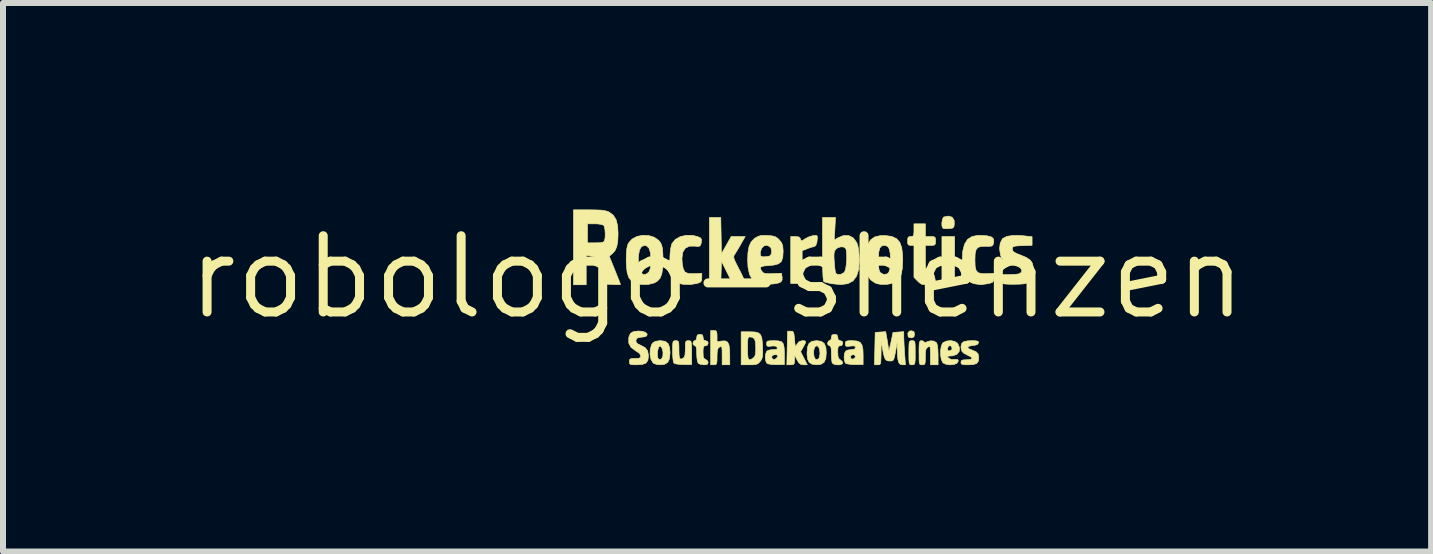
<source format=kicad_pcb>
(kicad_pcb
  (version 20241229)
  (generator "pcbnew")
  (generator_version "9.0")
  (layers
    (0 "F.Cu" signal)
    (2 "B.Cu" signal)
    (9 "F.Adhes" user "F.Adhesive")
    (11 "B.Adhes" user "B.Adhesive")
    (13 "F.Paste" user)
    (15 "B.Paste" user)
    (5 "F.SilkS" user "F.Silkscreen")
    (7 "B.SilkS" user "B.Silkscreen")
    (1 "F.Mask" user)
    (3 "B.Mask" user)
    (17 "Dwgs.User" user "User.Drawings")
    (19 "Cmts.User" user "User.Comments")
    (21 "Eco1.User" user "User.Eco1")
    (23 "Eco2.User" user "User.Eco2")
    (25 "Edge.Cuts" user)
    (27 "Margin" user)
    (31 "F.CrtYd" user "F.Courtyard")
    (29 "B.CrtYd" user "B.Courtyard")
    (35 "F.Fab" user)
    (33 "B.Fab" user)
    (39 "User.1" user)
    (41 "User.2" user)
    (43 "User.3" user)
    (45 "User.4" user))
  (footprint "robologo-shenzen"
    (layer "F.Cu")
    (at 8.897 1.568)
    (property "Reference" "robologo-shenzen" (at 0 0 0) (layer "F.SilkS") (effects (font (size 1.27 1.27) (thickness 0.15))))
    (attr through_hole)
    (fp_poly (pts (xy -4.346 0.067) (xy -4.144 0.068) (xy -4.096 0.069) (xy -3.318 0.074) (xy -3.143 0.471) (xy 1.224 0.46) (xy 5.591 0.449) (xy 5.648 0.395) (xy 5.727 0.345) (xy 5.815 0.332) (xy 5.901 0.355) (xy 5.956 0.394) (xy 5.995 0.446) (xy 6.01 0.508) (xy 6.011 0.544) (xy 5.994 0.638) (xy 5.946 0.708) (xy 5.875 0.75) (xy 5.791 0.76) (xy 5.699 0.734) (xy 5.689 0.729) (xy 5.639 0.691) (xy 5.607 0.652) (xy 5.583 0.607) (xy 1.166 0.622) (xy -3.251 0.637) (xy -3.294 0.542) (xy 5.745 0.542) (xy 5.76 0.585) (xy 5.794 0.612) (xy 5.826 0.599) (xy 5.842 0.582) (xy 5.858 0.538) (xy 5.842 0.501) (xy 5.803 0.487) (xy 5.762 0.503) (xy 5.745 0.542) (xy -3.294 0.542) (xy -3.343 0.435) (xy -3.434 0.233) (xy -4.15 0.233) (xy -4.346 0.233) (xy -4.504 0.232) (xy -4.628 0.23) (xy -4.723 0.228) (xy -4.792 0.225) (xy -4.84 0.22) (xy -4.872 0.213) (xy -4.891 0.205) (xy -4.899 0.2) (xy -4.926 0.161) (xy -4.932 0.139) (xy -4.93 0.12) (xy -4.921 0.104) (xy -4.902 0.092) (xy -4.868 0.082) (xy -4.815 0.075) (xy -4.741 0.071) (xy -4.641 0.068) (xy -4.51 0.067) (xy -4.346 0.067)) (stroke (width 0.01) (type solid)) (fill yes) (layer "F.Mask"))
    (fp_poly (pts (xy -3.15 -1.274) (xy -3.082 -1.224) (xy -3.048 -1.165) (xy -3.031 -1.076) (xy -3.047 -0.993) (xy -3.093 -0.925) (xy -3.161 -0.88) (xy -3.231 -0.868) (xy -3.264 -0.866) (xy -3.29 -0.855) (xy -3.314 -0.829) (xy -3.344 -0.781) (xy -3.384 -0.703) (xy -3.397 -0.677) (xy -3.493 -0.487) (xy -4.202 -0.487) (xy -4.396 -0.487) (xy -4.551 -0.488) (xy -4.673 -0.489) (xy -4.764 -0.491) (xy -4.831 -0.494) (xy -4.876 -0.499) (xy -4.904 -0.505) (xy -4.919 -0.513) (xy -4.925 -0.521) (xy -4.926 -0.568) (xy -4.917 -0.59) (xy -4.907 -0.6) (xy -4.887 -0.608) (xy -4.852 -0.614) (xy -4.799 -0.619) (xy -4.723 -0.623) (xy -4.619 -0.625) (xy -4.483 -0.628) (xy -4.311 -0.629) (xy -4.247 -0.63) (xy -3.598 -0.636) (xy -3.517 -0.799) (xy -3.475 -0.89) (xy -3.452 -0.953) (xy -3.447 -0.999) (xy -3.451 -1.019) (xy -3.455 -1.081) (xy -3.302 -1.081) (xy -3.288 -1.033) (xy -3.254 -1.016) (xy -3.21 -1.033) (xy -3.195 -1.049) (xy -3.179 -1.081) (xy -3.199 -1.112) (xy -3.2 -1.113) (xy -3.241 -1.133) (xy -3.28 -1.123) (xy -3.301 -1.089) (xy -3.302 -1.081) (xy -3.455 -1.081) (xy -3.457 -1.109) (xy -3.427 -1.19) (xy -3.368 -1.252) (xy -3.287 -1.287) (xy -3.242 -1.291) (xy -3.15 -1.274)) (stroke (width 0.01) (type solid)) (fill yes) (layer "F.Mask"))
    (fp_poly (pts (xy -3.41 0.751) (xy -3.352 0.88) (xy -3.307 0.975) (xy -3.273 1.039) (xy -3.247 1.079) (xy -3.226 1.097) (xy -3.213 1.101) (xy -3.173 1.115) (xy -3.123 1.15) (xy -3.11 1.163) (xy -3.068 1.215) (xy -3.05 1.272) (xy -3.048 1.319) (xy -3.053 1.386) (xy -3.075 1.432) (xy -3.113 1.469) (xy -3.197 1.516) (xy -3.286 1.525) (xy -3.369 1.494) (xy -3.409 1.462) (xy -3.457 1.389) (xy -3.472 1.31) (xy -3.319 1.31) (xy -3.304 1.341) (xy -3.302 1.344) (xy -3.261 1.37) (xy -3.222 1.361) (xy -3.201 1.321) (xy -3.2 1.32) (xy -3.21 1.278) (xy -3.243 1.258) (xy -3.285 1.268) (xy -3.299 1.279) (xy -3.319 1.31) (xy -3.472 1.31) (xy -3.473 1.303) (xy -3.456 1.221) (xy -3.44 1.192) (xy -3.429 1.172) (xy -3.425 1.147) (xy -3.432 1.112) (xy -3.45 1.06) (xy -3.482 0.983) (xy -3.53 0.874) (xy -3.534 0.865) (xy -3.66 0.582) (xy -4.269 0.572) (xy -4.427 0.568) (xy -4.571 0.564) (xy -4.696 0.559) (xy -4.797 0.555) (xy -4.868 0.55) (xy -4.903 0.545) (xy -4.905 0.544) (xy -4.929 0.507) (xy -4.925 0.458) (xy -4.906 0.428) (xy -4.886 0.42) (xy -4.84 0.414) (xy -4.765 0.409) (xy -4.658 0.406) (xy -4.517 0.403) (xy -4.338 0.402) (xy -4.223 0.402) (xy -3.565 0.402) (xy -3.41 0.751)) (stroke (width 0.01) (type solid)) (fill yes) (layer "F.Mask"))
    (fp_poly (pts (xy -2.914 -0.415) (xy -2.832 -0.38) (xy -2.777 -0.315) (xy -2.752 -0.227) (xy -2.752 -0.208) (xy -2.768 -0.111) (xy -2.817 -0.04) (xy -2.883 -0.002) (xy -2.945 0.016) (xy -2.99 0.016) (xy -3.04 0.000422) (xy -3.085 -0.029) (xy -3.127 -0.072) (xy -3.17 -0.127) (xy -4.033 -0.132) (xy -4.249 -0.134) (xy -4.426 -0.135) (xy -4.568 -0.137) (xy -4.68 -0.14) (xy -4.765 -0.143) (xy -4.827 -0.147) (xy -4.869 -0.152) (xy -4.896 -0.158) (xy -4.911 -0.165) (xy -4.917 -0.172) (xy -4.927 -0.212) (xy -3.018 -0.212) (xy -3.015 -0.185) (xy -2.986 -0.155) (xy -2.945 -0.151) (xy -2.911 -0.173) (xy -2.907 -0.182) (xy -2.91 -0.223) (xy -2.924 -0.245) (xy -2.962 -0.261) (xy -2.999 -0.246) (xy -3.018 -0.212) (xy -4.927 -0.212) (xy -4.929 -0.218) (xy -4.925 -0.241) (xy -4.919 -0.249) (xy -4.904 -0.256) (xy -4.878 -0.262) (xy -4.835 -0.266) (xy -4.773 -0.27) (xy -4.688 -0.272) (xy -4.575 -0.274) (xy -4.432 -0.275) (xy -4.254 -0.275) (xy -4.037 -0.275) (xy -4.034 -0.275) (xy -3.819 -0.275) (xy -3.642 -0.275) (xy -3.499 -0.276) (xy -3.387 -0.277) (xy -3.303 -0.279) (xy -3.241 -0.282) (xy -3.198 -0.287) (xy -3.171 -0.292) (xy -3.155 -0.299) (xy -3.147 -0.308) (xy -3.143 -0.318) (xy -3.143 -0.319) (xy -3.108 -0.366) (xy -3.045 -0.401) (xy -2.97 -0.418) (xy -2.914 -0.415)) (stroke (width 0.01) (type solid)) (fill yes) (layer "F.Mask"))
    (fp_poly (pts (xy -4.442 -1.563) (xy -4.41 -1.562) (xy -4.202 -1.556) (xy -4.159 -1.43) (xy -4.134 -1.361) (xy -4.109 -1.319) (xy -4.073 -1.29) (xy -4.013 -1.263) (xy -3.99 -1.253) (xy -3.923 -1.226) (xy -3.875 -1.205) (xy -3.855 -1.195) (xy -3.86 -1.174) (xy -3.878 -1.125) (xy -3.901 -1.071) (xy -3.955 -0.955) (xy -4.078 -0.998) (xy -4.276 -1.046) (xy -4.472 -1.055) (xy -4.664 -1.027) (xy -4.845 -0.966) (xy -5.013 -0.873) (xy -5.161 -0.751) (xy -5.287 -0.604) (xy -5.384 -0.434) (xy -5.449 -0.244) (xy -5.464 -0.163) (xy -5.475 0.036) (xy -5.447 0.231) (xy -5.384 0.417) (xy -5.29 0.588) (xy -5.168 0.741) (xy -5.021 0.869) (xy -4.852 0.968) (xy -4.666 1.033) (xy -4.641 1.038) (xy -4.5 1.054) (xy -4.343 1.05) (xy -4.188 1.029) (xy -4.076 0.998) (xy -4.011 0.976) (xy -3.965 0.961) (xy -3.948 0.958) (xy -3.897 1.071) (xy -3.865 1.148) (xy -3.853 1.188) (xy -3.854 1.194) (xy -3.877 1.206) (xy -3.928 1.228) (xy -3.99 1.253) (xy -4.06 1.284) (xy -4.103 1.311) (xy -4.128 1.347) (xy -4.149 1.401) (xy -4.175 1.474) (xy -4.202 1.521) (xy -4.24 1.549) (xy -4.298 1.562) (xy -4.384 1.566) (xy -4.433 1.566) (xy -4.54 1.563) (xy -4.614 1.555) (xy -4.652 1.541) (xy -4.652 1.541) (xy -4.675 1.504) (xy -4.678 1.488) (xy -4.685 1.453) (xy -4.704 1.397) (xy -4.711 1.377) (xy -4.745 1.315) (xy -4.792 1.28) (xy -4.823 1.268) (xy -4.887 1.244) (xy -4.966 1.211) (xy -5.01 1.19) (xy -5.12 1.137) (xy -5.23 1.195) (xy -5.308 1.229) (xy -5.369 1.242) (xy -5.386 1.24) (xy -5.423 1.219) (xy -5.476 1.176) (xy -5.536 1.119) (xy -5.594 1.057) (xy -5.641 1) (xy -5.669 0.957) (xy -5.673 0.943) (xy -5.663 0.906) (xy -5.639 0.848) (xy -5.618 0.805) (xy -5.564 0.702) (xy -5.63 0.547) (xy -5.664 0.467) (xy -5.693 0.397) (xy -5.713 0.351) (xy -5.715 0.346) (xy -5.752 0.306) (xy -5.804 0.285) (xy -5.873 0.265) (xy -5.933 0.24) (xy -5.992 0.21) (xy -5.986 -0.006) (xy -5.98 -0.222) (xy -5.855 -0.265) (xy -5.774 -0.297) (xy -5.728 -0.33) (xy -5.709 -0.36) (xy -5.689 -0.406) (xy -5.659 -0.475) (xy -5.625 -0.553) (xy -5.563 -0.693) (xy -5.62 -0.804) (xy -5.653 -0.882) (xy -5.666 -0.944) (xy -5.664 -0.962) (xy -5.643 -1) (xy -5.6 -1.053) (xy -5.542 -1.112) (xy -5.481 -1.17) (xy -5.424 -1.217) (xy -5.38 -1.245) (xy -5.367 -1.249) (xy -5.33 -1.24) (xy -5.271 -1.216) (xy -5.227 -1.195) (xy -5.122 -1.142) (xy -5.011 -1.192) (xy -4.933 -1.226) (xy -4.857 -1.256) (xy -4.823 -1.268) (xy -4.769 -1.294) (xy -4.731 -1.337) (xy -4.702 -1.408) (xy -4.687 -1.465) (xy -4.672 -1.509) (xy -4.648 -1.539) (xy -4.607 -1.556) (xy -4.541 -1.563) (xy -4.442 -1.563)) (stroke (width 0.01) (type solid)) (fill yes) (layer "F.Mask"))
    (fp_poly (pts (xy 3.958 0.106) (xy 3.747 0.106) (xy 3.747 -0.677) (xy 3.958 -0.677) (xy 3.958 0.106)) (stroke (width 0.01) (type solid)) (fill yes) (layer "F.SilkS"))
    (fp_poly (pts (xy 3.282 0.911) (xy 3.291 0.953) (xy 3.28 0.996) (xy 3.244 1.012) (xy 3.199 1.005) (xy 3.183 0.986) (xy 3.179 0.933) (xy 3.204 0.899) (xy 3.244 0.893) (xy 3.282 0.911)) (stroke (width 0.01) (type solid)) (fill yes) (layer "F.SilkS"))
    (fp_poly (pts (xy 3.917 -0.999) (xy 3.95 -0.949) (xy 3.954 -0.885) (xy 3.946 -0.84) (xy 3.925 -0.818) (xy 3.878 -0.81) (xy 3.862 -0.809) (xy 3.805 -0.808) (xy 3.767 -0.814) (xy 3.762 -0.817) (xy 3.747 -0.854) (xy 3.746 -0.908) (xy 3.755 -0.962) (xy 3.773 -0.999) (xy 3.78 -1.003) (xy 3.858 -1.018) (xy 3.917 -0.999)) (stroke (width 0.01) (type solid)) (fill yes) (layer "F.SilkS"))
    (fp_poly (pts (xy 1.668 -0.686) (xy 1.672 -0.654) (xy 1.664 -0.579) (xy 1.645 -0.527) (xy 1.617 -0.508) (xy 1.581 -0.501) (xy 1.524 -0.482) (xy 1.503 -0.474) (xy 1.418 -0.44) (xy 1.418 0.106) (xy 1.228 0.106) (xy 1.228 -0.677) (xy 1.304 -0.677) (xy 1.36 -0.671) (xy 1.386 -0.648) (xy 1.391 -0.635) (xy 1.4 -0.609) (xy 1.416 -0.606) (xy 1.45 -0.628) (xy 1.463 -0.637) (xy 1.529 -0.671) (xy 1.598 -0.692) (xy 1.647 -0.697) (xy 1.668 -0.686)) (stroke (width 0.01) (type solid)) (fill yes) (layer "F.SilkS"))
    (fp_poly (pts (xy 3.274 1.06) (xy 3.289 1.069) (xy 3.298 1.095) (xy 3.301 1.144) (xy 3.302 1.225) (xy 3.302 1.259) (xy 3.302 1.353) (xy 3.299 1.411) (xy 3.292 1.444) (xy 3.279 1.457) (xy 3.258 1.46) (xy 3.249 1.46) (xy 3.225 1.459) (xy 3.209 1.45) (xy 3.201 1.424) (xy 3.197 1.375) (xy 3.196 1.293) (xy 3.196 1.259) (xy 3.197 1.166) (xy 3.199 1.108) (xy 3.206 1.075) (xy 3.219 1.062) (xy 3.24 1.058) (xy 3.249 1.058) (xy 3.274 1.06)) (stroke (width 0.01) (type solid)) (fill yes) (layer "F.SilkS"))
    (fp_poly (pts (xy 0.074 -0.392) (xy 0.155 -0.534) (xy 0.236 -0.677) (xy 0.469 -0.677) (xy 0.4 -0.556) (xy 0.359 -0.484) (xy 0.32 -0.42) (xy 0.297 -0.384) (xy 0.282 -0.36) (xy 0.278 -0.336) (xy 0.285 -0.302) (xy 0.307 -0.251) (xy 0.346 -0.174) (xy 0.363 -0.141) (xy 0.406 -0.057) (xy 0.439 0.014) (xy 0.46 0.063) (xy 0.465 0.079) (xy 0.445 0.098) (xy 0.384 0.106) (xy 0.362 0.106) (xy 0.259 0.106) (xy 0.074 -0.265) (xy 0.062 0.106) (xy -0.127 0.106) (xy -0.127 -0.995) (xy 0.062 -0.995) (xy 0.074 -0.392)) (stroke (width 0.01) (type solid)) (fill yes) (layer "F.SilkS"))
    (fp_poly (pts (xy -0.02 0.893) (xy -0.005 0.913) (xy -0.000171 0.959) (xy 0 0.983) (xy 0 1.077) (xy 0.077 1.064) (xy 0.135 1.062) (xy 0.174 1.081) (xy 0.198 1.126) (xy 0.209 1.202) (xy 0.212 1.295) (xy 0.212 1.46) (xy 0.085 1.46) (xy 0.085 1.301) (xy 0.084 1.221) (xy 0.081 1.175) (xy 0.072 1.156) (xy 0.056 1.158) (xy 0.042 1.164) (xy 0.019 1.183) (xy 0.006 1.217) (xy 0.001 1.275) (xy 0 1.324) (xy -0.001 1.397) (xy -0.006 1.438) (xy -0.02 1.456) (xy -0.045 1.46) (xy -0.053 1.46) (xy -0.106 1.46) (xy -0.106 0.889) (xy -0.053 0.889) (xy -0.02 0.893)) (stroke (width 0.01) (type solid)) (fill yes) (layer "F.SilkS"))
    (fp_poly (pts (xy 1.256 0.903) (xy 1.273 0.918) (xy 1.283 0.955) (xy 1.29 1.023) (xy 1.292 1.037) (xy 1.298 1.11) (xy 1.304 1.146) (xy 1.312 1.15) (xy 1.326 1.128) (xy 1.332 1.117) (xy 1.369 1.071) (xy 1.422 1.058) (xy 1.462 1.061) (xy 1.478 1.073) (xy 1.469 1.104) (xy 1.437 1.163) (xy 1.393 1.242) (xy 1.448 1.351) (xy 1.504 1.46) (xy 1.44 1.46) (xy 1.394 1.453) (xy 1.36 1.423) (xy 1.335 1.381) (xy 1.293 1.302) (xy 1.292 1.381) (xy 1.288 1.433) (xy 1.272 1.455) (xy 1.234 1.46) (xy 1.227 1.46) (xy 1.163 1.46) (xy 1.169 1.18) (xy 1.175 0.9) (xy 1.228 0.9) (xy 1.256 0.903)) (stroke (width 0.01) (type solid)) (fill yes) (layer "F.SilkS"))
    (fp_poly (pts (xy 1.739 1.07) (xy 1.788 1.107) (xy 1.814 1.174) (xy 1.82 1.259) (xy 1.812 1.357) (xy 1.783 1.419) (xy 1.73 1.452) (xy 1.664 1.46) (xy 1.583 1.45) (xy 1.536 1.42) (xy 1.511 1.371) (xy 1.5 1.292) (xy 1.5 1.259) (xy 1.609 1.259) (xy 1.617 1.328) (xy 1.641 1.369) (xy 1.662 1.376) (xy 1.692 1.359) (xy 1.702 1.342) (xy 1.715 1.28) (xy 1.711 1.217) (xy 1.695 1.167) (xy 1.667 1.143) (xy 1.662 1.143) (xy 1.63 1.162) (xy 1.612 1.215) (xy 1.609 1.259) (xy 1.5 1.259) (xy 1.508 1.163) (xy 1.534 1.102) (xy 1.584 1.068) (xy 1.661 1.058) (xy 1.664 1.058) (xy 1.739 1.07)) (stroke (width 0.01) (type solid)) (fill yes) (layer "F.SilkS"))
    (fp_poly (pts (xy -0.865 1.069) (xy -0.816 1.106) (xy -0.79 1.172) (xy -0.783 1.259) (xy -0.792 1.356) (xy -0.821 1.419) (xy -0.873 1.452) (xy -0.942 1.46) (xy -1.011 1.453) (xy -1.06 1.434) (xy -1.066 1.429) (xy -1.101 1.368) (xy -1.116 1.287) (xy -1.116 1.283) (xy -0.994 1.283) (xy -0.99 1.335) (xy -0.986 1.346) (xy -0.962 1.374) (xy -0.932 1.368) (xy -0.908 1.331) (xy -0.903 1.312) (xy -0.9 1.253) (xy -0.911 1.197) (xy -0.932 1.158) (xy -0.958 1.148) (xy -0.976 1.173) (xy -0.988 1.223) (xy -0.994 1.283) (xy -1.116 1.283) (xy -1.113 1.2) (xy -1.09 1.124) (xy -1.067 1.091) (xy -1.022 1.068) (xy -0.952 1.058) (xy -0.942 1.058) (xy -0.865 1.069)) (stroke (width 0.01) (type solid)) (fill yes) (layer "F.SilkS"))
    (fp_poly (pts (xy -0.452 1.06) (xy -0.436 1.069) (xy -0.428 1.095) (xy -0.424 1.145) (xy -0.423 1.227) (xy -0.423 1.257) (xy -0.423 1.456) (xy -0.558 1.457) (xy -0.632 1.453) (xy -0.69 1.444) (xy -0.717 1.434) (xy -0.729 1.401) (xy -0.737 1.336) (xy -0.741 1.249) (xy -0.741 1.234) (xy -0.74 1.148) (xy -0.737 1.096) (xy -0.729 1.069) (xy -0.712 1.06) (xy -0.688 1.058) (xy -0.66 1.061) (xy -0.644 1.074) (xy -0.637 1.107) (xy -0.635 1.169) (xy -0.635 1.203) (xy -0.633 1.291) (xy -0.626 1.342) (xy -0.611 1.364) (xy -0.585 1.361) (xy -0.569 1.353) (xy -0.546 1.333) (xy -0.534 1.297) (xy -0.53 1.234) (xy -0.529 1.195) (xy -0.528 1.121) (xy -0.523 1.08) (xy -0.51 1.063) (xy -0.484 1.058) (xy -0.476 1.058) (xy -0.452 1.06)) (stroke (width 0.01) (type solid)) (fill yes) (layer "F.SilkS"))
    (fp_poly (pts (xy 1.998 0.961) (xy 2.011 0.996) (xy 2.011 1.005) (xy 2.021 1.047) (xy 2.053 1.058) (xy 2.089 1.073) (xy 2.095 1.101) (xy 2.081 1.136) (xy 2.053 1.143) (xy 2.028 1.149) (xy 2.015 1.172) (xy 2.011 1.225) (xy 2.011 1.248) (xy 2.015 1.317) (xy 2.029 1.356) (xy 2.053 1.376) (xy 2.087 1.406) (xy 2.095 1.429) (xy 2.078 1.451) (xy 2.035 1.461) (xy 1.984 1.46) (xy 1.939 1.447) (xy 1.918 1.427) (xy 1.911 1.388) (xy 1.906 1.324) (xy 1.905 1.268) (xy 1.903 1.195) (xy 1.894 1.156) (xy 1.876 1.143) (xy 1.873 1.143) (xy 1.847 1.125) (xy 1.841 1.101) (xy 1.855 1.066) (xy 1.873 1.058) (xy 1.899 1.04) (xy 1.905 1.005) (xy 1.914 0.965) (xy 1.948 0.953) (xy 1.958 0.953) (xy 1.998 0.961)) (stroke (width 0.01) (type solid)) (fill yes) (layer "F.SilkS"))
    (fp_poly (pts (xy 0.627 0.913) (xy 0.689 0.928) (xy 0.726 0.96) (xy 0.747 1.017) (xy 0.756 1.107) (xy 0.759 1.157) (xy 0.761 1.25) (xy 0.758 1.312) (xy 0.749 1.354) (xy 0.731 1.388) (xy 0.72 1.402) (xy 0.691 1.434) (xy 0.657 1.452) (xy 0.607 1.459) (xy 0.538 1.46) (xy 0.402 1.46) (xy 0.402 1.185) (xy 0.508 1.185) (xy 0.51 1.284) (xy 0.517 1.345) (xy 0.533 1.374) (xy 0.56 1.373) (xy 0.601 1.349) (xy 0.604 1.346) (xy 0.628 1.321) (xy 0.64 1.281) (xy 0.645 1.216) (xy 0.645 1.175) (xy 0.641 1.086) (xy 0.625 1.031) (xy 0.594 1.003) (xy 0.545 0.995) (xy 0.527 1) (xy 0.516 1.019) (xy 0.51 1.061) (xy 0.508 1.133) (xy 0.508 1.185) (xy 0.402 1.185) (xy 0.402 0.91) (xy 0.536 0.91) (xy 0.627 0.913)) (stroke (width 0.01) (type solid)) (fill yes) (layer "F.SilkS"))
    (fp_poly (pts (xy 3.442 1.068) (xy 3.45 1.08) (xy 3.463 1.091) (xy 3.491 1.08) (xy 3.557 1.06) (xy 3.618 1.066) (xy 3.659 1.096) (xy 3.661 1.099) (xy 3.672 1.14) (xy 3.68 1.209) (xy 3.683 1.291) (xy 3.683 1.3) (xy 3.683 1.46) (xy 3.556 1.46) (xy 3.556 1.301) (xy 3.555 1.221) (xy 3.552 1.175) (xy 3.543 1.156) (xy 3.527 1.158) (xy 3.514 1.164) (xy 3.49 1.183) (xy 3.477 1.217) (xy 3.472 1.275) (xy 3.471 1.324) (xy 3.47 1.397) (xy 3.465 1.438) (xy 3.452 1.456) (xy 3.427 1.46) (xy 3.418 1.46) (xy 3.394 1.459) (xy 3.378 1.45) (xy 3.37 1.424) (xy 3.366 1.375) (xy 3.366 1.293) (xy 3.365 1.259) (xy 3.366 1.166) (xy 3.369 1.107) (xy 3.376 1.075) (xy 3.389 1.061) (xy 3.408 1.058) (xy 3.442 1.068)) (stroke (width 0.01) (type solid)) (fill yes) (layer "F.SilkS"))
    (fp_poly (pts (xy 4.309 1.06) (xy 4.345 1.067) (xy 4.357 1.082) (xy 4.356 1.095) (xy 4.338 1.122) (xy 4.289 1.136) (xy 4.258 1.139) (xy 4.197 1.15) (xy 4.177 1.169) (xy 4.197 1.193) (xy 4.245 1.213) (xy 4.314 1.242) (xy 4.349 1.278) (xy 4.36 1.331) (xy 4.36 1.342) (xy 4.353 1.402) (xy 4.325 1.438) (xy 4.269 1.456) (xy 4.187 1.46) (xy 4.117 1.459) (xy 4.08 1.452) (xy 4.066 1.435) (xy 4.064 1.418) (xy 4.07 1.392) (xy 4.096 1.379) (xy 4.152 1.376) (xy 4.159 1.376) (xy 4.225 1.37) (xy 4.251 1.355) (xy 4.235 1.332) (xy 4.177 1.302) (xy 4.176 1.301) (xy 4.11 1.267) (xy 4.076 1.229) (xy 4.065 1.175) (xy 4.064 1.163) (xy 4.073 1.11) (xy 4.105 1.077) (xy 4.167 1.062) (xy 4.239 1.058) (xy 4.309 1.06)) (stroke (width 0.01) (type solid)) (fill yes) (layer "F.SilkS"))
    (fp_poly (pts (xy 4.484 -0.691) (xy 4.498 -0.689) (xy 4.57 -0.671) (xy 4.606 -0.639) (xy 4.611 -0.589) (xy 4.606 -0.562) (xy 4.595 -0.533) (xy 4.573 -0.518) (xy 4.529 -0.513) (xy 4.475 -0.515) (xy 4.397 -0.512) (xy 4.345 -0.494) (xy 4.315 -0.455) (xy 4.3 -0.386) (xy 4.297 -0.286) (xy 4.3 -0.183) (xy 4.315 -0.116) (xy 4.346 -0.077) (xy 4.399 -0.06) (xy 4.479 -0.058) (xy 4.486 -0.058) (xy 4.614 -0.064) (xy 4.614 0.009) (xy 4.61 0.059) (xy 4.589 0.085) (xy 4.539 0.104) (xy 4.535 0.105) (xy 4.398 0.126) (xy 4.278 0.108) (xy 4.233 0.09) (xy 4.168 0.045) (xy 4.124 -0.019) (xy 4.097 -0.109) (xy 4.086 -0.23) (xy 4.085 -0.281) (xy 4.094 -0.433) (xy 4.123 -0.548) (xy 4.174 -0.629) (xy 4.25 -0.678) (xy 4.352 -0.698) (xy 4.484 -0.691)) (stroke (width 0.01) (type solid)) (fill yes) (layer "F.SilkS"))
    (fp_poly (pts (xy -0.245 0.961) (xy -0.233 0.996) (xy -0.233 1.005) (xy -0.223 1.047) (xy -0.191 1.058) (xy -0.155 1.073) (xy -0.148 1.101) (xy -0.163 1.136) (xy -0.191 1.143) (xy -0.216 1.148) (xy -0.228 1.172) (xy -0.233 1.223) (xy -0.233 1.251) (xy -0.23 1.317) (xy -0.219 1.352) (xy -0.196 1.368) (xy -0.191 1.37) (xy -0.156 1.396) (xy -0.148 1.421) (xy -0.158 1.449) (xy -0.195 1.46) (xy -0.218 1.46) (xy -0.274 1.453) (xy -0.313 1.436) (xy -0.313 1.435) (xy -0.327 1.401) (xy -0.336 1.337) (xy -0.339 1.276) (xy -0.341 1.201) (xy -0.349 1.159) (xy -0.364 1.144) (xy -0.37 1.143) (xy -0.396 1.125) (xy -0.402 1.101) (xy -0.389 1.066) (xy -0.37 1.058) (xy -0.345 1.04) (xy -0.339 1.005) (xy -0.33 0.965) (xy -0.296 0.953) (xy -0.286 0.953) (xy -0.245 0.961)) (stroke (width 0.01) (type solid)) (fill yes) (layer "F.SilkS"))
    (fp_poly (pts (xy -0.4 -0.695) (xy -0.321 -0.675) (xy -0.274 -0.654) (xy -0.257 -0.624) (xy -0.263 -0.572) (xy -0.268 -0.554) (xy -0.281 -0.523) (xy -0.306 -0.511) (xy -0.357 -0.515) (xy -0.368 -0.517) (xy -0.462 -0.516) (xy -0.53 -0.482) (xy -0.571 -0.415) (xy -0.585 -0.315) (xy -0.579 -0.218) (xy -0.562 -0.135) (xy -0.534 -0.086) (xy -0.484 -0.062) (xy -0.404 -0.058) (xy -0.383 -0.058) (xy -0.254 -0.064) (xy -0.254 0.009) (xy -0.258 0.059) (xy -0.279 0.085) (xy -0.329 0.104) (xy -0.333 0.105) (xy -0.443 0.122) (xy -0.556 0.12) (xy -0.603 0.112) (xy -0.674 0.075) (xy -0.736 0.004) (xy -0.755 -0.027) (xy -0.772 -0.087) (xy -0.783 -0.176) (xy -0.786 -0.279) (xy -0.783 -0.385) (xy -0.772 -0.48) (xy -0.755 -0.55) (xy -0.751 -0.559) (xy -0.696 -0.628) (xy -0.613 -0.675) (xy -0.511 -0.698) (xy -0.4 -0.695)) (stroke (width 0.01) (type solid)) (fill yes) (layer "F.SilkS"))
    (fp_poly (pts (xy 2.332 1.064) (xy 2.384 1.086) (xy 2.415 1.131) (xy 2.431 1.205) (xy 2.434 1.304) (xy 2.434 1.456) (xy 2.299 1.457) (xy 2.225 1.453) (xy 2.167 1.444) (xy 2.14 1.434) (xy 2.123 1.393) (xy 2.118 1.34) (xy 2.223 1.34) (xy 2.235 1.36) (xy 2.265 1.366) (xy 2.295 1.347) (xy 2.307 1.321) (xy 2.29 1.297) (xy 2.265 1.291) (xy 2.23 1.306) (xy 2.223 1.34) (xy 2.118 1.34) (xy 2.117 1.332) (xy 2.124 1.271) (xy 2.142 1.232) (xy 2.18 1.214) (xy 2.236 1.207) (xy 2.237 1.206) (xy 2.289 1.2) (xy 2.307 1.177) (xy 2.307 1.172) (xy 2.299 1.15) (xy 2.269 1.144) (xy 2.223 1.149) (xy 2.168 1.154) (xy 2.144 1.146) (xy 2.138 1.119) (xy 2.138 1.109) (xy 2.141 1.08) (xy 2.158 1.065) (xy 2.199 1.059) (xy 2.253 1.058) (xy 2.332 1.064)) (stroke (width 0.01) (type solid)) (fill yes) (layer "F.SilkS"))
    (fp_poly (pts (xy 3.96 1.07) (xy 4.008 1.103) (xy 4.01 1.105) (xy 4.041 1.178) (xy 4.034 1.241) (xy 3.993 1.288) (xy 3.922 1.311) (xy 3.901 1.312) (xy 3.853 1.315) (xy 3.841 1.325) (xy 3.854 1.346) (xy 3.902 1.371) (xy 3.953 1.371) (xy 4 1.369) (xy 4.018 1.382) (xy 4.017 1.406) (xy 3.994 1.437) (xy 3.944 1.455) (xy 3.88 1.461) (xy 3.817 1.452) (xy 3.768 1.43) (xy 3.761 1.423) (xy 3.737 1.372) (xy 3.725 1.299) (xy 3.725 1.218) (xy 3.729 1.194) (xy 3.839 1.194) (xy 3.841 1.221) (xy 3.871 1.228) (xy 3.908 1.214) (xy 3.916 1.185) (xy 3.903 1.151) (xy 3.884 1.143) (xy 3.856 1.148) (xy 3.852 1.152) (xy 3.846 1.177) (xy 3.839 1.194) (xy 3.729 1.194) (xy 3.737 1.145) (xy 3.761 1.096) (xy 3.764 1.093) (xy 3.821 1.065) (xy 3.892 1.057) (xy 3.96 1.07)) (stroke (width 0.01) (type solid)) (fill yes) (layer "F.SilkS"))
    (fp_poly (pts (xy 1.025 1.062) (xy 1.074 1.076) (xy 1.103 1.109) (xy 1.117 1.168) (xy 1.122 1.26) (xy 1.122 1.299) (xy 1.122 1.457) (xy 0.988 1.458) (xy 0.912 1.455) (xy 0.854 1.445) (xy 0.829 1.434) (xy 0.811 1.393) (xy 0.805 1.335) (xy 0.909 1.335) (xy 0.924 1.362) (xy 0.954 1.375) (xy 0.99 1.351) (xy 0.991 1.35) (xy 1.014 1.315) (xy 0.999 1.295) (xy 0.963 1.291) (xy 0.921 1.304) (xy 0.909 1.335) (xy 0.805 1.335) (xy 0.805 1.332) (xy 0.812 1.271) (xy 0.83 1.232) (xy 0.867 1.215) (xy 0.924 1.207) (xy 0.935 1.206) (xy 0.986 1.203) (xy 1.005 1.19) (xy 1.002 1.172) (xy 0.981 1.15) (xy 0.938 1.146) (xy 0.907 1.149) (xy 0.854 1.154) (xy 0.831 1.144) (xy 0.826 1.115) (xy 0.826 1.109) (xy 0.828 1.081) (xy 0.844 1.066) (xy 0.882 1.06) (xy 0.952 1.058) (xy 1.025 1.062)) (stroke (width 0.01) (type solid)) (fill yes) (layer "F.SilkS"))
    (fp_poly (pts (xy -1.247 0.902) (xy -1.193 0.919) (xy -1.165 0.946) (xy -1.164 0.954) (xy -1.174 0.98) (xy -1.209 0.994) (xy -1.254 0.999) (xy -1.313 1.007) (xy -1.341 1.025) (xy -1.351 1.053) (xy -1.347 1.086) (xy -1.318 1.113) (xy -1.271 1.135) (xy -1.197 1.175) (xy -1.157 1.227) (xy -1.143 1.304) (xy -1.143 1.32) (xy -1.153 1.389) (xy -1.185 1.432) (xy -1.246 1.454) (xy -1.335 1.46) (xy -1.405 1.459) (xy -1.442 1.453) (xy -1.458 1.437) (xy -1.46 1.408) (xy -1.46 1.408) (xy -1.457 1.375) (xy -1.437 1.359) (xy -1.391 1.355) (xy -1.365 1.355) (xy -1.306 1.352) (xy -1.278 1.34) (xy -1.27 1.315) (xy -1.27 1.313) (xy -1.291 1.271) (xy -1.353 1.229) (xy -1.356 1.227) (xy -1.433 1.17) (xy -1.471 1.098) (xy -1.471 1.009) (xy -1.468 0.996) (xy -1.445 0.94) (xy -1.403 0.912) (xy -1.387 0.907) (xy -1.315 0.897) (xy -1.247 0.902)) (stroke (width 0.01) (type solid)) (fill yes) (layer "F.SilkS"))
    (fp_poly (pts (xy 3.471 -0.677) (xy 3.556 -0.677) (xy 3.61 -0.675) (xy 3.634 -0.661) (xy 3.64 -0.625) (xy 3.641 -0.603) (xy 3.638 -0.556) (xy 3.622 -0.535) (xy 3.581 -0.529) (xy 3.556 -0.529) (xy 3.471 -0.529) (xy 3.471 -0.33) (xy 3.472 -0.219) (xy 3.477 -0.144) (xy 3.488 -0.098) (xy 3.507 -0.073) (xy 3.536 -0.064) (xy 3.556 -0.064) (xy 3.597 -0.057) (xy 3.618 -0.031) (xy 3.629 0.013) (xy 3.637 0.064) (xy 3.637 0.094) (xy 3.636 0.096) (xy 3.613 0.103) (xy 3.561 0.112) (xy 3.52 0.118) (xy 3.453 0.124) (xy 3.41 0.118) (xy 3.374 0.095) (xy 3.345 0.068) (xy 3.281 0.003) (xy 3.281 -0.529) (xy 3.228 -0.529) (xy 3.192 -0.535) (xy 3.177 -0.56) (xy 3.175 -0.603) (xy 3.179 -0.653) (xy 3.197 -0.674) (xy 3.228 -0.677) (xy 3.259 -0.681) (xy 3.275 -0.698) (xy 3.28 -0.741) (xy 3.281 -0.783) (xy 3.281 -0.889) (xy 3.471 -0.889) (xy 3.471 -0.677)) (stroke (width 0.01) (type solid)) (fill yes) (layer "F.SilkS"))
    (fp_poly (pts (xy 3.111 0.99) (xy 3.113 1.05) (xy 3.117 1.136) (xy 3.123 1.233) (xy 3.125 1.267) (xy 3.139 1.46) (xy 3.086 1.46) (xy 3.051 1.452) (xy 3.028 1.423) (xy 3.013 1.368) (xy 3.006 1.279) (xy 3.003 1.209) (xy 3.001 1.09) (xy 2.982 1.196) (xy 2.965 1.288) (xy 2.951 1.347) (xy 2.938 1.38) (xy 2.92 1.394) (xy 2.893 1.397) (xy 2.88 1.397) (xy 2.839 1.393) (xy 2.811 1.377) (xy 2.79 1.339) (xy 2.773 1.274) (xy 2.76 1.207) (xy 2.735 1.069) (xy 2.733 1.265) (xy 2.731 1.356) (xy 2.728 1.414) (xy 2.721 1.445) (xy 2.707 1.458) (xy 2.684 1.46) (xy 2.677 1.46) (xy 2.623 1.46) (xy 2.635 0.921) (xy 2.723 0.914) (xy 2.81 0.908) (xy 2.834 1.043) (xy 2.847 1.12) (xy 2.856 1.185) (xy 2.86 1.219) (xy 2.865 1.219) (xy 2.875 1.184) (xy 2.89 1.122) (xy 2.897 1.09) (xy 2.932 0.921) (xy 3.111 0.908) (xy 3.111 0.99)) (stroke (width 0.01) (type solid)) (fill yes) (layer "F.SilkS"))
    (fp_poly (pts (xy -1.137 -0.693) (xy -1.044 -0.664) (xy -0.97 -0.611) (xy -0.938 -0.568) (xy -0.919 -0.521) (xy -0.907 -0.459) (xy -0.902 -0.373) (xy -0.9 -0.286) (xy -0.905 -0.151) (xy -0.921 -0.052) (xy -0.95 0.019) (xy -0.996 0.068) (xy -1.048 0.097) (xy -1.15 0.122) (xy -1.262 0.122) (xy -1.364 0.098) (xy -1.369 0.096) (xy -1.429 0.059) (xy -1.471 0.005) (xy -1.497 -0.074) (xy -1.51 -0.182) (xy -1.513 -0.286) (xy -1.312 -0.286) (xy -1.304 -0.168) (xy -1.279 -0.089) (xy -1.236 -0.048) (xy -1.206 -0.042) (xy -1.165 -0.059) (xy -1.134 -0.089) (xy -1.111 -0.148) (xy -1.101 -0.244) (xy -1.101 -0.286) (xy -1.109 -0.404) (xy -1.134 -0.483) (xy -1.177 -0.523) (xy -1.206 -0.529) (xy -1.258 -0.51) (xy -1.292 -0.452) (xy -1.31 -0.355) (xy -1.312 -0.286) (xy -1.513 -0.286) (xy -1.511 -0.397) (xy -1.503 -0.476) (xy -1.49 -0.533) (xy -1.475 -0.568) (xy -1.416 -0.635) (xy -1.333 -0.679) (xy -1.236 -0.698) (xy -1.137 -0.693)) (stroke (width 0.01) (type solid)) (fill yes) (layer "F.SilkS"))
    (fp_poly (pts (xy 2.913 -0.678) (xy 2.99 -0.642) (xy 3.044 -0.582) (xy 3.077 -0.492) (xy 3.092 -0.369) (xy 3.094 -0.286) (xy 3.087 -0.143) (xy 3.065 -0.037) (xy 3.024 0.038) (xy 2.961 0.087) (xy 2.873 0.113) (xy 2.822 0.12) (xy 2.73 0.121) (xy 2.66 0.107) (xy 2.625 0.091) (xy 2.559 0.045) (xy 2.515 -0.02) (xy 2.488 -0.11) (xy 2.477 -0.232) (xy 2.477 -0.278) (xy 2.688 -0.278) (xy 2.691 -0.181) (xy 2.7 -0.119) (xy 2.716 -0.081) (xy 2.721 -0.076) (xy 2.775 -0.045) (xy 2.831 -0.053) (xy 2.86 -0.077) (xy 2.878 -0.125) (xy 2.888 -0.213) (xy 2.889 -0.286) (xy 2.885 -0.395) (xy 2.871 -0.467) (xy 2.845 -0.51) (xy 2.804 -0.528) (xy 2.782 -0.529) (xy 2.74 -0.519) (xy 2.712 -0.485) (xy 2.695 -0.421) (xy 2.689 -0.323) (xy 2.688 -0.278) (xy 2.477 -0.278) (xy 2.477 -0.281) (xy 2.485 -0.43) (xy 2.511 -0.543) (xy 2.559 -0.622) (xy 2.629 -0.671) (xy 2.725 -0.693) (xy 2.809 -0.693) (xy 2.913 -0.678)) (stroke (width 0.01) (type solid)) (fill yes) (layer "F.SilkS"))
    (fp_poly (pts (xy -2.133 -1.122) (xy -2.012 -1.12) (xy -1.924 -1.116) (xy -1.861 -1.106) (xy -1.814 -1.092) (xy -1.799 -1.085) (xy -1.729 -1.033) (xy -1.682 -0.958) (xy -1.656 -0.854) (xy -1.649 -0.724) (xy -1.654 -0.599) (xy -1.671 -0.507) (xy -1.701 -0.44) (xy -1.745 -0.392) (xy -1.796 -0.349) (xy -1.702 -0.117) (xy -1.666 -0.026) (xy -1.636 0.049) (xy -1.616 0.101) (xy -1.609 0.122) (xy -1.628 0.125) (xy -1.677 0.125) (xy -1.73 0.123) (xy -1.851 0.116) (xy -1.932 -0.105) (xy -1.965 -0.194) (xy -1.992 -0.267) (xy -2.01 -0.315) (xy -2.017 -0.331) (xy -2.039 -0.337) (xy -2.086 -0.347) (xy -2.101 -0.35) (xy -2.18 -0.365) (xy -2.18 0.127) (xy -2.392 0.127) (xy -2.392 -0.889) (xy -2.159 -0.889) (xy -2.159 -0.572) (xy -2.024 -0.572) (xy -1.944 -0.574) (xy -1.898 -0.584) (xy -1.877 -0.602) (xy -1.876 -0.605) (xy -1.865 -0.657) (xy -1.863 -0.725) (xy -1.868 -0.794) (xy -1.879 -0.847) (xy -1.888 -0.864) (xy -1.922 -0.877) (xy -1.983 -0.887) (xy -2.036 -0.889) (xy -2.159 -0.889) (xy -2.392 -0.889) (xy -2.392 -1.122) (xy -2.133 -1.122)) (stroke (width 0.01) (type solid)) (fill yes) (layer "F.SilkS"))
    (fp_poly (pts (xy 1.953 -0.618) (xy 2.019 -0.658) (xy 2.112 -0.695) (xy 2.198 -0.692) (xy 2.272 -0.652) (xy 2.327 -0.577) (xy 2.347 -0.52) (xy 2.359 -0.449) (xy 2.367 -0.357) (xy 2.37 -0.271) (xy 2.359 -0.126) (xy 2.324 -0.015) (xy 2.265 0.063) (xy 2.18 0.108) (xy 2.065 0.124) (xy 1.921 0.11) (xy 1.889 0.105) (xy 1.828 0.091) (xy 1.785 0.078) (xy 1.778 0.074) (xy 1.771 0.049) (xy 1.765 -0.015) (xy 1.761 -0.114) (xy 1.758 -0.246) (xy 1.757 -0.342) (xy 1.948 -0.342) (xy 1.953 -0.256) (xy 1.96 -0.174) (xy 1.968 -0.107) (xy 1.977 -0.069) (xy 1.978 -0.065) (xy 2.013 -0.044) (xy 2.062 -0.047) (xy 2.11 -0.072) (xy 2.126 -0.089) (xy 2.142 -0.134) (xy 2.153 -0.206) (xy 2.16 -0.292) (xy 2.16 -0.377) (xy 2.153 -0.447) (xy 2.146 -0.475) (xy 2.116 -0.501) (xy 2.067 -0.506) (xy 2.013 -0.491) (xy 1.979 -0.466) (xy 1.96 -0.438) (xy 1.95 -0.4) (xy 1.948 -0.342) (xy 1.757 -0.342) (xy 1.757 -0.406) (xy 1.757 -0.467) (xy 1.757 -0.995) (xy 1.866 -0.995) (xy 1.974 -0.995) (xy 1.953 -0.618)) (stroke (width 0.01) (type solid)) (fill yes) (layer "F.SilkS"))
    (fp_poly (pts (xy 5.055 -0.694) (xy 5.11 -0.689) (xy 5.249 -0.674) (xy 5.249 -0.531) (xy 5.085 -0.525) (xy 5.003 -0.521) (xy 4.954 -0.515) (xy 4.93 -0.504) (xy 4.922 -0.485) (xy 4.921 -0.469) (xy 4.927 -0.44) (xy 4.951 -0.415) (xy 5.001 -0.39) (xy 5.059 -0.368) (xy 5.157 -0.326) (xy 5.22 -0.283) (xy 5.255 -0.23) (xy 5.269 -0.16) (xy 5.271 -0.115) (xy 5.265 -0.035) (xy 5.245 0.021) (xy 5.221 0.055) (xy 5.191 0.085) (xy 5.157 0.102) (xy 5.107 0.112) (xy 5.027 0.117) (xy 5.015 0.117) (xy 4.927 0.119) (xy 4.846 0.117) (xy 4.789 0.113) (xy 4.789 0.113) (xy 4.742 0.102) (xy 4.723 0.076) (xy 4.72 0.03) (xy 4.72 -0.042) (xy 4.852 -0.043) (xy 4.931 -0.045) (xy 4.999 -0.05) (xy 5.032 -0.056) (xy 5.072 -0.081) (xy 5.078 -0.119) (xy 5.051 -0.156) (xy 5.022 -0.173) (xy 4.913 -0.219) (xy 4.836 -0.253) (xy 4.786 -0.28) (xy 4.755 -0.305) (xy 4.736 -0.332) (xy 4.724 -0.366) (xy 4.721 -0.38) (xy 4.707 -0.476) (xy 4.718 -0.565) (xy 4.751 -0.633) (xy 4.763 -0.646) (xy 4.827 -0.679) (xy 4.926 -0.695) (xy 5.055 -0.694)) (stroke (width 0.01) (type solid)) (fill yes) (layer "F.SilkS"))
    (fp_poly (pts (xy 0.844 -0.694) (xy 0.922 -0.687) (xy 0.972 -0.673) (xy 1.011 -0.648) (xy 1.04 -0.618) (xy 1.076 -0.571) (xy 1.094 -0.524) (xy 1.1 -0.458) (xy 1.101 -0.425) (xy 1.095 -0.328) (xy 1.072 -0.262) (xy 1.025 -0.223) (xy 0.949 -0.202) (xy 0.87 -0.194) (xy 0.784 -0.187) (xy 0.736 -0.173) (xy 0.721 -0.151) (xy 0.735 -0.115) (xy 0.75 -0.094) (xy 0.772 -0.072) (xy 0.806 -0.06) (xy 0.862 -0.057) (xy 0.927 -0.059) (xy 1.075 -0.065) (xy 1.084 0.001) (xy 1.084 0.047) (xy 1.064 0.079) (xy 1.017 0.1) (xy 0.937 0.113) (xy 0.872 0.118) (xy 0.761 0.119) (xy 0.68 0.104) (xy 0.661 0.097) (xy 0.59 0.043) (xy 0.542 -0.044) (xy 0.516 -0.165) (xy 0.51 -0.286) (xy 0.514 -0.393) (xy 0.72 -0.393) (xy 0.726 -0.354) (xy 0.756 -0.34) (xy 0.781 -0.339) (xy 0.839 -0.343) (xy 0.877 -0.352) (xy 0.902 -0.381) (xy 0.91 -0.43) (xy 0.9 -0.481) (xy 0.885 -0.504) (xy 0.835 -0.531) (xy 0.785 -0.523) (xy 0.745 -0.485) (xy 0.722 -0.423) (xy 0.72 -0.393) (xy 0.514 -0.393) (xy 0.516 -0.416) (xy 0.534 -0.514) (xy 0.567 -0.585) (xy 0.617 -0.639) (xy 0.635 -0.652) (xy 0.684 -0.68) (xy 0.734 -0.694) (xy 0.8 -0.696) (xy 0.844 -0.694)) (stroke (width 0.01) (type solid)) (fill yes) (layer "F.SilkS")))
  (gr_rect
    (start -3 -3)
    (end 20.795 6.139)
    (stroke (width 0.1) (type default))
    (fill no)
    (layer "Edge.Cuts")))
</source>
